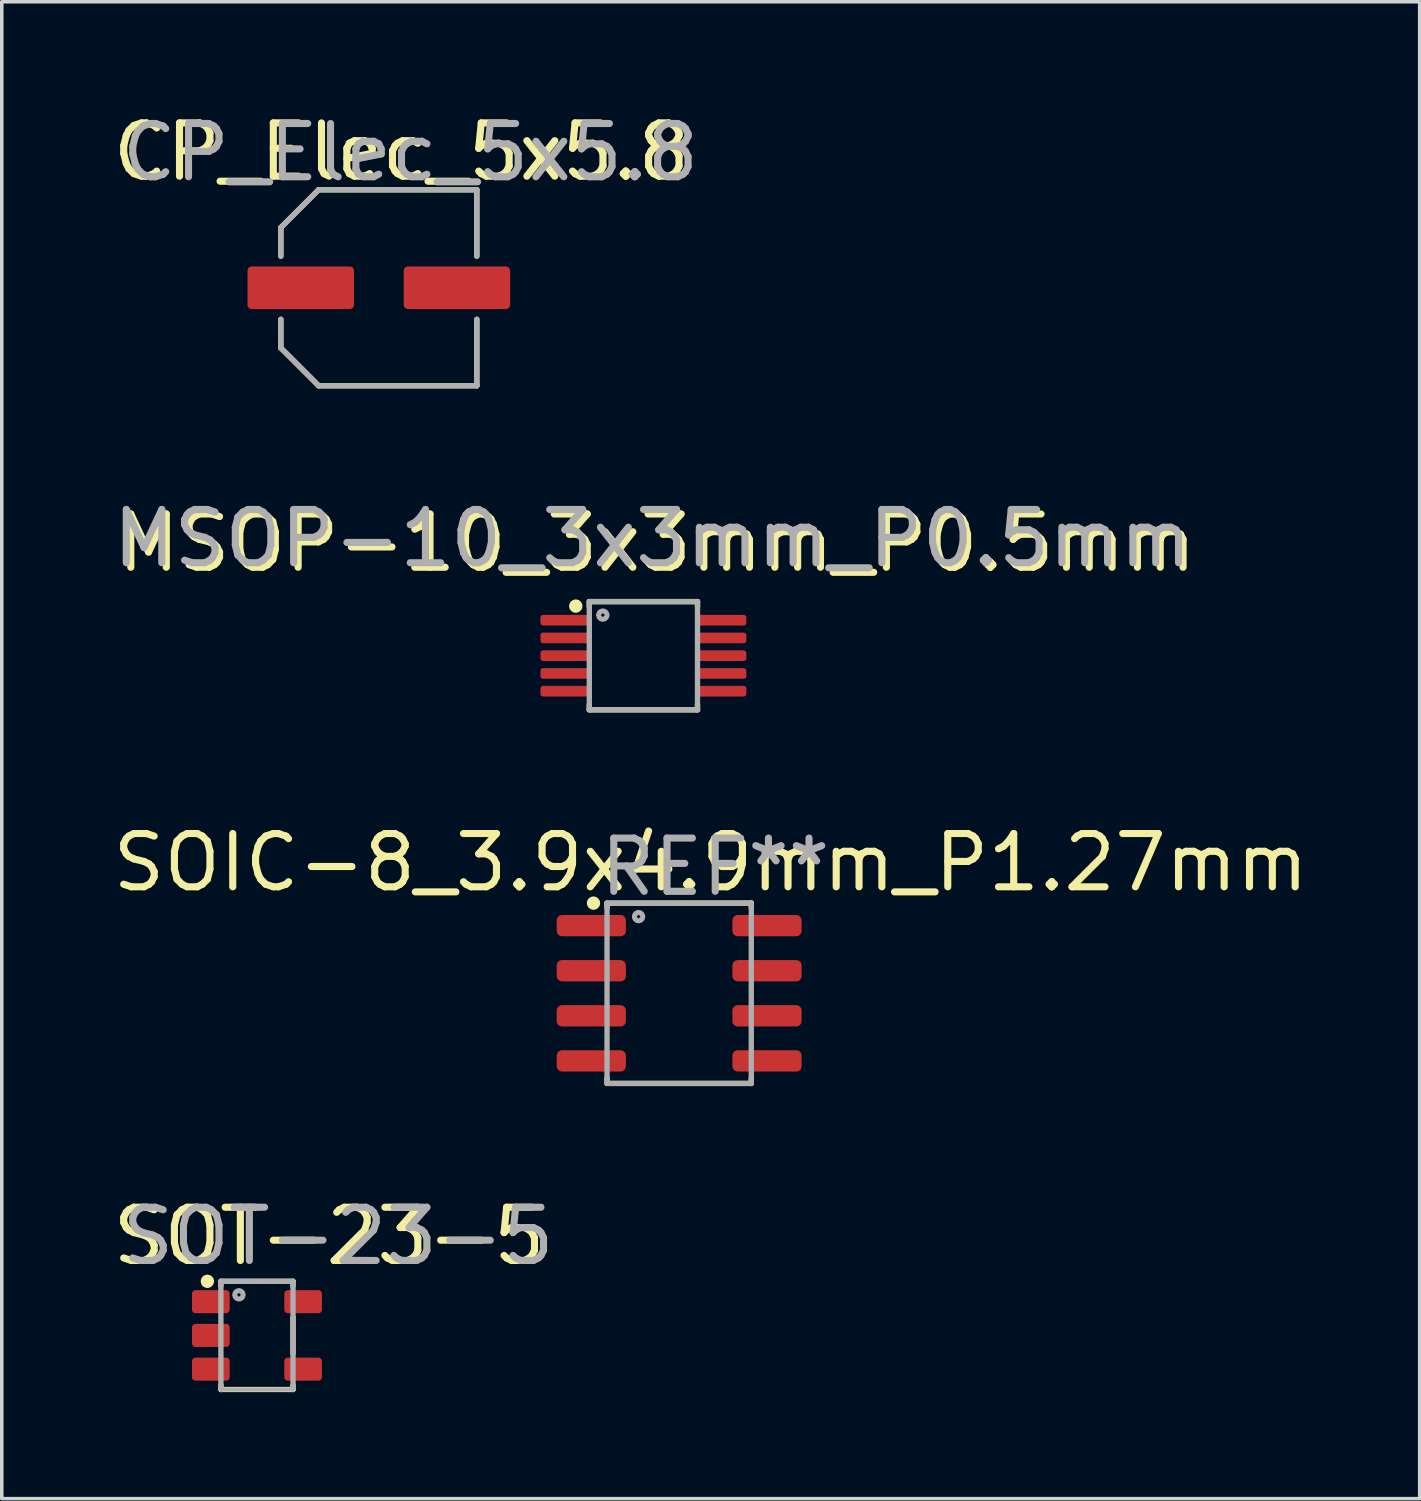
<source format=kicad_pcb>
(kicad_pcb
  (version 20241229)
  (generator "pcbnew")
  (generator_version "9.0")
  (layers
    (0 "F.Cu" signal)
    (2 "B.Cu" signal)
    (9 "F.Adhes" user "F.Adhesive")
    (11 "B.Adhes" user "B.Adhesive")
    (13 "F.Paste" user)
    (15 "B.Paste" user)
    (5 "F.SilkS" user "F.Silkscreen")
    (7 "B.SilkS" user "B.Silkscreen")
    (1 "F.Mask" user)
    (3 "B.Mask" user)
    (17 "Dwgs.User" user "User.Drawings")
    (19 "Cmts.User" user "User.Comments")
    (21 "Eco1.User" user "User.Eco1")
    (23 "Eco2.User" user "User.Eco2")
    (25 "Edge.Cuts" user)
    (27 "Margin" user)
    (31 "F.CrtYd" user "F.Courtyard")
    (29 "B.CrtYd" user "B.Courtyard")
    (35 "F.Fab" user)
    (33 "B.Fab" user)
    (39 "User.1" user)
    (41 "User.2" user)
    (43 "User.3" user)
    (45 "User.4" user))
  (footprint "SOIC-8_3.9x4.9mm_P1.27mm"
    (layer "F.Cu")
    (at 16.082 24.931)
    (property "Reference" "SOIC-8_3.9x4.9mm_P1.27mm" (at 0.889 -3.683 0) (layer "F.SilkS") (effects (font (size 1.5 1.5) (thickness 0.2))))
    (attr smd)
    (fp_line (start -2.032 -2.54) (end -2.032 -2.413) (stroke (width 0.15) (type solid)) (layer "F.SilkS"))
    (fp_line (start -2.032 -2.54) (end 2.032 -2.54) (stroke (width 0.15) (type solid)) (layer "F.SilkS"))
    (fp_line (start -2.032 2.54) (end -2.032 2.393) (stroke (width 0.15) (type solid)) (layer "F.SilkS"))
    (fp_line (start 2.032 -2.54) (end 2.032 -2.413) (stroke (width 0.15) (type solid)) (layer "F.SilkS"))
    (fp_line (start 2.032 2.54) (end -2.032 2.54) (stroke (width 0.15) (type solid)) (layer "F.SilkS"))
    (fp_line (start 2.032 2.54) (end 2.032 2.393) (stroke (width 0.15) (type solid)) (layer "F.SilkS"))
    (fp_circle (center -2.413 -2.54) (end -2.413 -2.413) (stroke (width 0.12) (type solid)) (fill no) (layer "F.SilkS"))
    (fp_poly (pts (xy -2.413 -2.667) (xy -2.286 -2.54) (xy -2.413 -2.413) (xy -2.54 -2.54)) (stroke (width 0.1) (type solid)) (fill yes) (layer "F.SilkS"))
    (fp_line (start -2.032 -2.54) (end 2.032 -2.54) (stroke (width 0.15) (type solid)) (layer "F.Fab"))
    (fp_line (start -2.032 2.54) (end -2.032 -2.54) (stroke (width 0.15) (type solid)) (layer "F.Fab"))
    (fp_line (start 2.032 -2.54) (end 2.032 2.54) (stroke (width 0.15) (type solid)) (layer "F.Fab"))
    (fp_line (start 2.032 2.54) (end -2.032 2.54) (stroke (width 0.15) (type solid)) (layer "F.Fab"))
    (fp_circle (center -1.143 -2.159) (end -1.016 -2.159) (stroke (width 0.12) (type solid)) (fill no) (layer "F.Fab"))
    (fp_poly (pts (xy -1.143 -2.286) (xy -1.016 -2.159) (xy -1.143 -2.032) (xy -1.27 -2.159)) (stroke (width 0.1) (type solid)) (fill no) (layer "F.Fab"))
    (fp_text user "REF**" (at 1.016 -3.556 0) (layer "F.Fab") (effects (font (size 1.5 1.5) (thickness 0.2))))
    (pad "1" smd roundrect (at -2.475 -1.905) (size 1.95 0.6) (layers "F.Cu" "F.Mask" "F.Paste") (roundrect_rratio 0.25))
    (pad "2" smd roundrect (at -2.475 -0.635) (size 1.95 0.6) (layers "F.Cu" "F.Mask" "F.Paste") (roundrect_rratio 0.25))
    (pad "3" smd roundrect (at -2.475 0.635) (size 1.95 0.6) (layers "F.Cu" "F.Mask" "F.Paste") (roundrect_rratio 0.25))
    (pad "4" smd roundrect (at -2.475 1.905) (size 1.95 0.6) (layers "F.Cu" "F.Mask" "F.Paste") (roundrect_rratio 0.25))
    (pad "5" smd roundrect (at 2.475 1.905) (size 1.95 0.6) (layers "F.Cu" "F.Mask" "F.Paste") (roundrect_rratio 0.25))
    (pad "6" smd roundrect (at 2.475 0.635) (size 1.95 0.6) (layers "F.Cu" "F.Mask" "F.Paste") (roundrect_rratio 0.25))
    (pad "7" smd roundrect (at 2.475 -0.635) (size 1.95 0.6) (layers "F.Cu" "F.Mask" "F.Paste") (roundrect_rratio 0.25))
    (pad "8" smd roundrect (at 2.475 -1.905) (size 1.95 0.6) (layers "F.Cu" "F.Mask" "F.Paste") (roundrect_rratio 0.25)))
  (footprint "SOT-23-5"
    (layer "F.Cu")
    (at 4.189 34.569)
    (property "Reference" "SOT-23-5" (at 2.032 -2.794 0) (layer "F.SilkS") (effects (font (size 1.5 1.5) (thickness 0.2))))
    (attr smd)
    (fp_line (start -1.016 -1.524) (end -1.016 -1.4) (stroke (width 0.15) (type solid)) (layer "F.SilkS"))
    (fp_line (start -1.016 1.524) (end -1.016 1.4) (stroke (width 0.15) (type solid)) (layer "F.SilkS"))
    (fp_line (start 1.016 -1.524) (end -1.016 -1.524) (stroke (width 0.15) (type solid)) (layer "F.SilkS"))
    (fp_line (start 1.016 -1.524) (end 1.016 -1.4) (stroke (width 0.15) (type solid)) (layer "F.SilkS"))
    (fp_line (start 1.016 -0.508) (end 1.016 0.508) (stroke (width 0.15) (type solid)) (layer "F.SilkS"))
    (fp_line (start 1.016 1.524) (end -1.016 1.524) (stroke (width 0.15) (type solid)) (layer "F.SilkS"))
    (fp_line (start 1.016 1.524) (end 1.016 1.4) (stroke (width 0.15) (type solid)) (layer "F.SilkS"))
    (fp_circle (center -1.397 -1.524) (end -1.27 -1.524) (stroke (width 0.12) (type solid)) (fill no) (layer "F.SilkS"))
    (fp_poly (pts (xy -1.397 -1.651) (xy -1.27 -1.524) (xy -1.397 -1.397) (xy -1.524 -1.524)) (stroke (width 0.1) (type solid)) (fill yes) (layer "F.SilkS"))
    (fp_line (start -1.016 -1.524) (end -1.016 1.524) (stroke (width 0.15) (type solid)) (layer "F.Fab"))
    (fp_line (start -1.016 -1.524) (end 1.016 -1.524) (stroke (width 0.15) (type solid)) (layer "F.Fab"))
    (fp_line (start 1.016 -1.524) (end 1.016 1.524) (stroke (width 0.15) (type solid)) (layer "F.Fab"))
    (fp_line (start 1.016 1.524) (end -1.016 1.524) (stroke (width 0.12) (type solid)) (layer "F.Fab"))
    (fp_circle (center -0.508 -1.143) (end -0.381 -1.143) (stroke (width 0.12) (type solid)) (fill no) (layer "F.Fab"))
    (fp_poly (pts (xy -0.508 -1.27) (xy -0.381 -1.143) (xy -0.508 -1.016) (xy -0.635 -1.143)) (stroke (width 0.1) (type solid)) (fill no) (layer "F.Fab"))
    (fp_text user "${REFERENCE}" (at 2.286 -2.794 180) (layer "F.Fab") (effects (font (size 1.5 1.5) (thickness 0.2))))
    (pad "1" smd roundrect (at -1.3 -0.95) (size 1.06 0.65) (layers "F.Cu" "F.Mask" "F.Paste") (roundrect_rratio 0.15))
    (pad "2" smd roundrect (at -1.3 0) (size 1.06 0.65) (layers "F.Cu" "F.Mask" "F.Paste") (roundrect_rratio 0.15))
    (pad "3" smd roundrect (at -1.3 0.95) (size 1.06 0.65) (layers "F.Cu" "F.Mask" "F.Paste") (roundrect_rratio 0.15))
    (pad "4" smd roundrect (at 1.3 0.95) (size 1.06 0.65) (layers "F.Cu" "F.Mask" "F.Paste") (roundrect_rratio 0.15))
    (pad "5" smd roundrect (at 1.3 -0.95) (size 1.06 0.65) (layers "F.Cu" "F.Mask" "F.Paste") (roundrect_rratio 0.15)))
  (footprint "MSOP-10_3x3mm_P0.5mm"
    (layer "F.Cu")
    (at 15.075 15.421)
    (property "Reference" "MSOP-10_3x3mm_P0.5mm" (at 0.381 -3.175 0) (layer "F.SilkS") (effects (font (size 1.5 1.5) (thickness 0.2))))
    (attr smd)
    (fp_line (start -1.524 -1.524) (end -1.524 -1.375) (stroke (width 0.15) (type solid)) (layer "F.SilkS"))
    (fp_line (start -1.524 -1.524) (end 1.524 -1.524) (stroke (width 0.15) (type solid)) (layer "F.SilkS"))
    (fp_line (start -1.524 1.524) (end -1.524 1.375) (stroke (width 0.15) (type solid)) (layer "F.SilkS"))
    (fp_line (start -1.524 1.524) (end 1.524 1.524) (stroke (width 0.15) (type solid)) (layer "F.SilkS"))
    (fp_line (start 1.524 -1.524) (end 1.524 -1.375) (stroke (width 0.15) (type solid)) (layer "F.SilkS"))
    (fp_line (start 1.524 1.524) (end 1.524 1.375) (stroke (width 0.15) (type solid)) (layer "F.SilkS"))
    (fp_circle (center -1.905 -1.397) (end -1.905 -1.27) (stroke (width 0.12) (type solid)) (fill no) (layer "F.SilkS"))
    (fp_poly (pts (xy -1.905 -1.524) (xy -1.778 -1.397) (xy -1.905 -1.27) (xy -2.032 -1.397)) (stroke (width 0.1) (type solid)) (fill yes) (layer "F.SilkS"))
    (fp_line (start -1.524 -1.524) (end 1.524 -1.524) (stroke (width 0.15) (type solid)) (layer "F.Fab"))
    (fp_line (start -1.524 1.524) (end -1.524 -1.524) (stroke (width 0.15) (type solid)) (layer "F.Fab"))
    (fp_line (start 1.524 -1.524) (end 1.524 1.524) (stroke (width 0.15) (type solid)) (layer "F.Fab"))
    (fp_line (start 1.524 1.524) (end -1.524 1.524) (stroke (width 0.15) (type solid)) (layer "F.Fab"))
    (fp_circle (center -1.143 -1.143) (end -1.016 -1.143) (stroke (width 0.12) (type solid)) (fill no) (layer "F.Fab"))
    (fp_poly (pts (xy -1.143 -1.27) (xy -1.016 -1.143) (xy -1.143 -1.016) (xy -1.27 -1.143)) (stroke (width 0.1) (type solid)) (fill no) (layer "F.Fab"))
    (fp_text user "${REFERENCE}" (at 0.254 -3.302 0) (layer "F.Fab") (effects (font (size 1.5 1.5) (thickness 0.2))))
    (pad "1" smd roundrect (at -2.2 -1) (size 1.4 0.3) (layers "F.Cu" "F.Mask" "F.Paste") (roundrect_rratio 0.25))
    (pad "2" smd roundrect (at -2.2 -0.5) (size 1.4 0.3) (layers "F.Cu" "F.Mask" "F.Paste") (roundrect_rratio 0.25))
    (pad "3" smd roundrect (at -2.2 0) (size 1.4 0.3) (layers "F.Cu" "F.Mask" "F.Paste") (roundrect_rratio 0.25))
    (pad "4" smd roundrect (at -2.2 0.5) (size 1.4 0.3) (layers "F.Cu" "F.Mask" "F.Paste") (roundrect_rratio 0.25))
    (pad "5" smd roundrect (at -2.2 1) (size 1.4 0.3) (layers "F.Cu" "F.Mask" "F.Paste") (roundrect_rratio 0.25))
    (pad "6" smd roundrect (at 2.2 1) (size 1.4 0.3) (layers "F.Cu" "F.Mask" "F.Paste") (roundrect_rratio 0.25))
    (pad "7" smd roundrect (at 2.2 0.5) (size 1.4 0.3) (layers "F.Cu" "F.Mask" "F.Paste") (roundrect_rratio 0.25))
    (pad "8" smd roundrect (at 2.2 0) (size 1.4 0.3) (layers "F.Cu" "F.Mask" "F.Paste") (roundrect_rratio 0.25))
    (pad "9" smd roundrect (at 2.2 -0.5) (size 1.4 0.3) (layers "F.Cu" "F.Mask" "F.Paste") (roundrect_rratio 0.25))
    (pad "10" smd roundrect (at 2.2 -1) (size 1.4 0.3) (layers "F.Cu" "F.Mask" "F.Paste") (roundrect_rratio 0.25)))
  (footprint "CP_Elec_5x5.8"
    (layer "F.Cu")
    (at 7.622 5.056)
    (property "Reference" "CP_Elec_5x5.8" (at 0.635 -3.827 0) (layer "F.SilkS") (effects (font (size 1.5 1.5) (thickness 0.2))))
    (attr smd)
    (fp_line (start -2.76 -1.696) (end -2.76 -0.889) (stroke (width 0.15) (type solid)) (layer "F.SilkS"))
    (fp_line (start -2.76 -1.696) (end -1.696 -2.76) (stroke (width 0.15) (type solid)) (layer "F.SilkS"))
    (fp_line (start -2.76 1.696) (end -2.76 0.889) (stroke (width 0.15) (type solid)) (layer "F.SilkS"))
    (fp_line (start -2.76 1.696) (end -1.696 2.76) (stroke (width 0.15) (type solid)) (layer "F.SilkS"))
    (fp_line (start -1.696 -2.76) (end 2.76 -2.76) (stroke (width 0.15) (type solid)) (layer "F.SilkS"))
    (fp_line (start -1.696 2.76) (end 2.76 2.76) (stroke (width 0.15) (type solid)) (layer "F.SilkS"))
    (fp_line (start 2.76 -2.76) (end 2.76 -0.889) (stroke (width 0.15) (type solid)) (layer "F.SilkS"))
    (fp_line (start 2.76 2.76) (end 2.76 0.889) (stroke (width 0.15) (type solid)) (layer "F.SilkS"))
    (fp_line (start -2.76 -1.696) (end -2.76 -0.889) (stroke (width 0.15) (type solid)) (layer "F.Fab"))
    (fp_line (start -2.76 -1.696) (end -1.696 -2.76) (stroke (width 0.15) (type solid)) (layer "F.Fab"))
    (fp_line (start -2.76 1.696) (end -2.76 0.889) (stroke (width 0.15) (type solid)) (layer "F.Fab"))
    (fp_line (start -2.76 1.696) (end -1.696 2.76) (stroke (width 0.15) (type solid)) (layer "F.Fab"))
    (fp_line (start -1.696 -2.76) (end 2.76 -2.76) (stroke (width 0.15) (type solid)) (layer "F.Fab"))
    (fp_line (start -1.696 2.76) (end 2.76 2.76) (stroke (width 0.15) (type solid)) (layer "F.Fab"))
    (fp_line (start 2.76 -2.76) (end 2.76 -0.889) (stroke (width 0.15) (type solid)) (layer "F.Fab"))
    (fp_line (start 2.76 2.76) (end 2.76 0.889) (stroke (width 0.15) (type solid)) (layer "F.Fab"))
    (fp_text user "${REFERENCE}" (at 0.889 -3.81 0) (layer "F.Fab") (effects (font (size 1.5 1.5) (thickness 0.2))))
    (pad "1" smd roundrect (at -2.2 0) (size 3 1.2) (layers "F.Cu" "F.Mask" "F.Paste") (roundrect_rratio 0.1))
    (pad "2" smd roundrect (at 2.2 0) (size 3 1.2) (layers "F.Cu" "F.Mask" "F.Paste") (roundrect_rratio 0.1)))
  (gr_rect
    (start -3 -3)
    (end 36.943 39.168)
    (stroke (width 0.1) (type default))
    (fill no)
    (layer "Edge.Cuts")))
</source>
